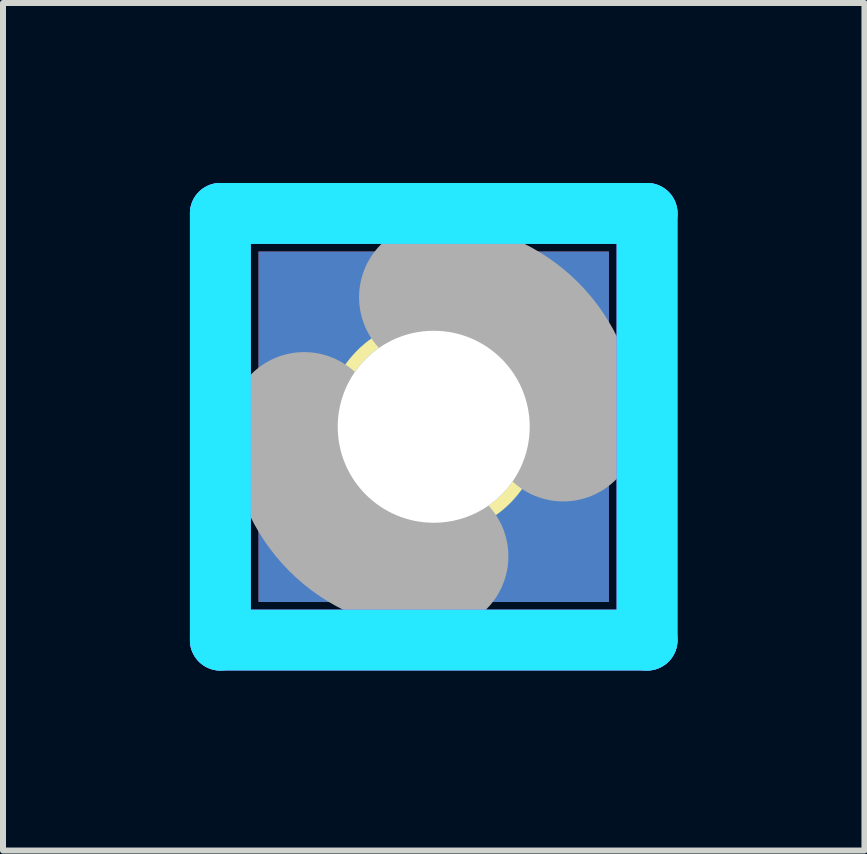
<source format=kicad_pcb>
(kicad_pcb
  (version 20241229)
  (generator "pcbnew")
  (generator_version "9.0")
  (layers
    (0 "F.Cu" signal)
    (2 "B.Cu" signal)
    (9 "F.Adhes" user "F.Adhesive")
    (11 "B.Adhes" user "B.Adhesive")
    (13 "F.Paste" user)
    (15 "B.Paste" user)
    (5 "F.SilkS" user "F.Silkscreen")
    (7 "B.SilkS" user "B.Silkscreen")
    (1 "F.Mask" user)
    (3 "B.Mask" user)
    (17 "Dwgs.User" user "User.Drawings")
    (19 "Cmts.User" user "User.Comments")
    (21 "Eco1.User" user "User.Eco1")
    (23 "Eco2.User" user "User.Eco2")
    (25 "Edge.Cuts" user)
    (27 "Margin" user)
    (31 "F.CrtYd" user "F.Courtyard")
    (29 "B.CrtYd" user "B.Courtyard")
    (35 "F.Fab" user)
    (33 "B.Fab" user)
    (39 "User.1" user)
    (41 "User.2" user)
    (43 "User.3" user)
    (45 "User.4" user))
  (footprint "footprint"
    (layer "F.Cu")
    (at 4.18 4.064)
    (property "Reference" "footprint" (at 0 0 0) (layer "F.SilkS") (effects (font (size 1.27 1.27) (thickness 0.15))))
    (fp_line (start -3.556 -3.556) (end 3.556 -3.556) (stroke (width 0.152) (type solid)) (layer "F.SilkS"))
    (fp_line (start -3.556 3.556) (end -3.556 -3.556) (stroke (width 0.152) (type solid)) (layer "F.SilkS"))
    (fp_line (start 3.556 -3.556) (end 3.556 3.556) (stroke (width 0.152) (type solid)) (layer "F.SilkS"))
    (fp_line (start 3.556 3.556) (end -3.556 3.556) (stroke (width 0.152) (type solid)) (layer "F.SilkS"))
    (fp_circle (center 0 0) (end 1.7 0) (stroke (width 0.203) (type solid)) (fill no) (layer "F.SilkS"))
    (fp_line (start -3.556 -3.556) (end 3.556 -3.556) (stroke (width 1.016) (type solid)) (layer "B.CrtYd"))
    (fp_line (start -3.556 3.556) (end -3.556 -3.556) (stroke (width 1.016) (type solid)) (layer "B.CrtYd"))
    (fp_line (start 3.556 -3.556) (end 3.556 3.556) (stroke (width 1.016) (type solid)) (layer "B.CrtYd"))
    (fp_line (start 3.556 3.556) (end -3.556 3.556) (stroke (width 1.016) (type solid)) (layer "B.CrtYd"))
    (fp_line (start -3.556 -3.556) (end 3.556 -3.556) (stroke (width 1.016) (type solid)) (layer "F.CrtYd"))
    (fp_line (start -3.556 3.556) (end -3.556 -3.556) (stroke (width 1.016) (type solid)) (layer "F.CrtYd"))
    (fp_line (start 3.556 -3.556) (end 3.556 3.556) (stroke (width 1.016) (type solid)) (layer "F.CrtYd"))
    (fp_line (start 3.556 3.556) (end -3.556 3.556) (stroke (width 1.016) (type solid)) (layer "F.CrtYd"))
    (fp_arc (start 0 -2.159) (mid 1.526644 -1.526644) (end 2.159 0) (stroke (width 2.4892) (type solid)) (layer "F.Fab"))
    (fp_arc (start 0 2.159) (mid -1.526644 1.526644) (end -2.159 0) (stroke (width 2.4892) (type solid)) (layer "F.Fab"))
    (fp_circle (center 0 0) (end 0.762 0) (stroke (width 0.457) (type solid)) (fill no) (layer "F.Fab"))
    (pad "B3,2" thru_hole rect (at 0 0) (size 5.842 5.842) (drill 3.2) (layers "*.Cu" "*.Mask")))
  (gr_rect
    (start -3 -3)
    (end 11.36 11.128)
    (stroke (width 0.1) (type default))
    (fill no)
    (layer "Edge.Cuts")))
</source>
